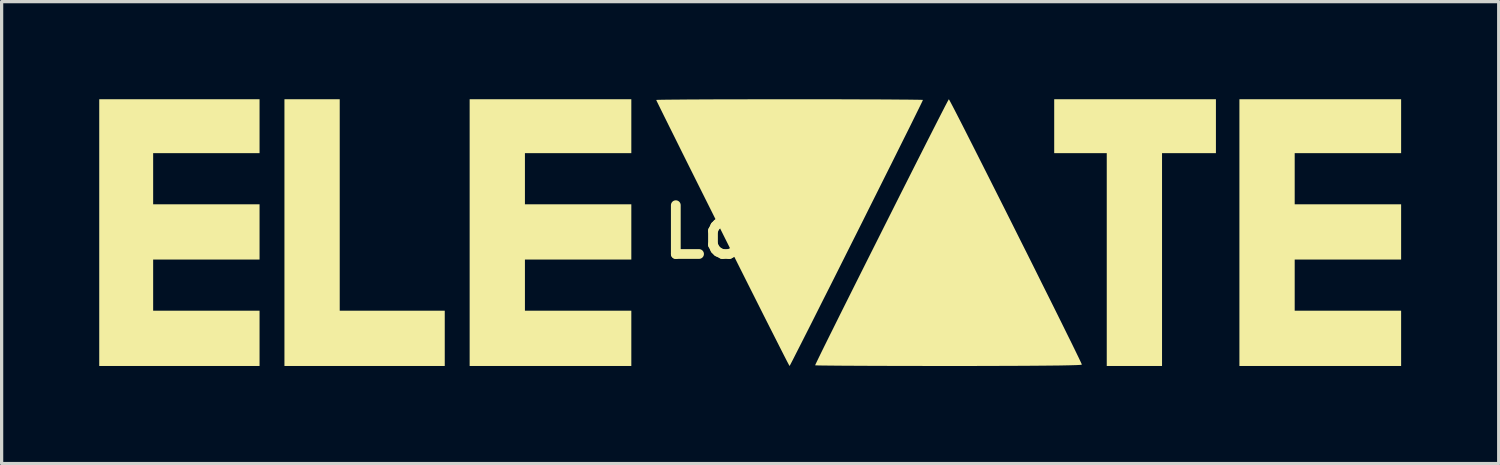
<source format=kicad_pcb>
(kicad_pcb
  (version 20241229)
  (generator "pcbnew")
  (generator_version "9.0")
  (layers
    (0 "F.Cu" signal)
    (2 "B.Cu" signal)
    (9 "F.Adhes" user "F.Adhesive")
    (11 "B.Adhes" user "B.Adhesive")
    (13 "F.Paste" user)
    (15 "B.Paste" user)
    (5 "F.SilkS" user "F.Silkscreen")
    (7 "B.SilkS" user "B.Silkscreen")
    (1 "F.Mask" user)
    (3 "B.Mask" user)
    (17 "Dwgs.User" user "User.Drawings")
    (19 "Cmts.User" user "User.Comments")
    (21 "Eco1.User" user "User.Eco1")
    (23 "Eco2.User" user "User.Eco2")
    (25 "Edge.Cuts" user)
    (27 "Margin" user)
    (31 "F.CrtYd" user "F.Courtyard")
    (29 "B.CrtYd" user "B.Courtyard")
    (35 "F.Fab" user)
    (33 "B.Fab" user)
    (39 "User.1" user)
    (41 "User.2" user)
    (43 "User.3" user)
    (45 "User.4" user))
  (footprint "Logo"
    (layer "F.Cu")
    (at 20.006 4.078)
    (property "Reference" "Logo" (at 0 0 0) (layer "F.SilkS") (effects (font (size 1.5 1.5) (thickness 0.3))))
    (attr board_only exclude_from_pos_files exclude_from_bom)
    (fp_poly (pts (xy -12.615 -0.828) (xy -12.615 2.421) (xy -11.001 2.421) (xy -9.387 2.421) (xy -9.387 3.271) (xy -9.387 4.12) (xy -11.851 4.12) (xy -14.314 4.12) (xy -14.314 0.021) (xy -14.314 -4.078) (xy -13.465 -4.078) (xy -12.615 -4.078)) (stroke (width 0) (type solid)) (fill yes) (layer "F.SilkS"))
    (fp_poly (pts (xy 14.314 -3.249) (xy 14.314 -2.421) (xy 13.486 -2.421) (xy 12.658 -2.421) (xy 12.658 0.849) (xy 12.658 4.12) (xy 11.808 4.12) (xy 10.959 4.12) (xy 10.959 0.849) (xy 10.959 -2.421) (xy 10.152 -2.421) (xy 9.344 -2.421) (xy 9.344 -3.249) (xy 9.344 -4.078) (xy 11.829 -4.078) (xy 14.314 -4.078)) (stroke (width 0) (type solid)) (fill yes) (layer "F.SilkS"))
    (fp_poly (pts (xy -15.079 -3.249) (xy -15.079 -2.421) (xy -16.714 -2.421) (xy -18.349 -2.421) (xy -18.349 -1.635) (xy -18.349 -0.849) (xy -16.714 -0.849) (xy -15.079 -0.849) (xy -15.079 0) (xy -15.079 0.849) (xy -16.714 0.849) (xy -18.349 0.849) (xy -18.349 1.635) (xy -18.349 2.421) (xy -16.714 2.421) (xy -15.079 2.421) (xy -15.079 3.271) (xy -15.079 4.12) (xy -17.542 4.12) (xy -20.006 4.12) (xy -20.006 0.021) (xy -20.006 -4.078) (xy -17.542 -4.078) (xy -15.079 -4.078)) (stroke (width 0) (type solid)) (fill yes) (layer "F.SilkS"))
    (fp_poly (pts (xy -3.653 -3.249) (xy -3.653 -2.421) (xy -5.288 -2.421) (xy -6.923 -2.421) (xy -6.923 -1.635) (xy -6.923 -0.849) (xy -5.288 -0.849) (xy -3.653 -0.849) (xy -3.653 0) (xy -3.653 0.849) (xy -5.288 0.849) (xy -6.923 0.849) (xy -6.923 1.635) (xy -6.923 2.421) (xy -5.288 2.421) (xy -3.653 2.421) (xy -3.653 3.271) (xy -3.653 4.12) (xy -6.138 4.12) (xy -8.622 4.12) (xy -8.622 0.021) (xy -8.622 -4.078) (xy -6.138 -4.078) (xy -3.653 -4.078)) (stroke (width 0) (type solid)) (fill yes) (layer "F.SilkS"))
    (fp_poly (pts (xy 20.006 -3.249) (xy 20.006 -2.421) (xy 18.37 -2.421) (xy 16.735 -2.421) (xy 16.735 -1.635) (xy 16.735 -0.849) (xy 18.37 -0.849) (xy 20.006 -0.849) (xy 20.006 0) (xy 20.006 0.849) (xy 18.37 0.849) (xy 16.735 0.849) (xy 16.735 1.635) (xy 16.735 2.421) (xy 18.37 2.421) (xy 20.006 2.421) (xy 20.006 3.271) (xy 20.006 4.12) (xy 17.521 4.12) (xy 15.036 4.12) (xy 15.036 0.021) (xy 15.036 -4.078) (xy 17.521 -4.078) (xy 20.006 -4.078)) (stroke (width 0) (type solid)) (fill yes) (layer "F.SilkS"))
    (fp_poly (pts (xy 6.128 -4.041) (xy 6.186 -3.933) (xy 6.275 -3.762) (xy 6.393 -3.533) (xy 6.537 -3.252) (xy 6.703 -2.924) (xy 6.889 -2.557) (xy 7.092 -2.155) (xy 7.309 -1.725) (xy 7.536 -1.274) (xy 7.772 -0.806) (xy 8.012 -0.328) (xy 8.253 0.154) (xy 8.494 0.634) (xy 8.73 1.106) (xy 8.958 1.565) (xy 9.177 2.003) (xy 9.382 2.415) (xy 9.571 2.796) (xy 9.74 3.139) (xy 9.888 3.437) (xy 10.009 3.686) (xy 10.103 3.879) (xy 10.165 4.01) (xy 10.193 4.073) (xy 10.194 4.078) (xy 10.152 4.086) (xy 10.025 4.093) (xy 9.814 4.099) (xy 9.521 4.105) (xy 9.144 4.109) (xy 8.686 4.113) (xy 8.146 4.116) (xy 7.526 4.118) (xy 6.825 4.12) (xy 6.095 4.12) (xy 5.513 4.12) (xy 4.956 4.119) (xy 4.429 4.118) (xy 3.938 4.117) (xy 3.489 4.115) (xy 3.088 4.113) (xy 2.741 4.111) (xy 2.453 4.108) (xy 2.23 4.106) (xy 2.078 4.103) (xy 2.004 4.1) (xy 1.996 4.099) (xy 2.015 4.055) (xy 2.069 3.943) (xy 2.155 3.766) (xy 2.27 3.532) (xy 2.411 3.247) (xy 2.576 2.916) (xy 2.76 2.545) (xy 2.962 2.141) (xy 3.178 1.709) (xy 3.405 1.256) (xy 3.64 0.787) (xy 3.881 0.308) (xy 4.123 -0.174) (xy 4.365 -0.655) (xy 4.602 -1.127) (xy 4.833 -1.584) (xy 5.054 -2.022) (xy 5.262 -2.433) (xy 5.454 -2.812) (xy 5.627 -3.152) (xy 5.778 -3.449) (xy 5.904 -3.695) (xy 6.002 -3.886) (xy 6.07 -4.014) (xy 6.103 -4.074) (xy 6.106 -4.078)) (stroke (width 0) (type solid)) (fill yes) (layer "F.SilkS"))
    (fp_poly (pts (xy 1.793 -4.077) (xy 2.35 -4.077) (xy 2.877 -4.076) (xy 3.368 -4.074) (xy 3.817 -4.073) (xy 4.218 -4.071) (xy 4.565 -4.068) (xy 4.853 -4.066) (xy 5.075 -4.063) (xy 5.227 -4.061) (xy 5.302 -4.058) (xy 5.309 -4.056) (xy 5.291 -4.015) (xy 5.237 -3.903) (xy 5.151 -3.728) (xy 5.036 -3.495) (xy 4.896 -3.211) (xy 4.731 -2.881) (xy 4.547 -2.511) (xy 4.346 -2.107) (xy 4.13 -1.676) (xy 3.904 -1.223) (xy 3.669 -0.754) (xy 3.43 -0.275) (xy 3.188 0.207) (xy 2.947 0.687) (xy 2.71 1.16) (xy 2.48 1.618) (xy 2.259 2.055) (xy 2.052 2.467) (xy 1.861 2.847) (xy 1.688 3.188) (xy 1.537 3.486) (xy 1.411 3.733) (xy 1.314 3.925) (xy 1.247 4.054) (xy 1.214 4.116) (xy 1.211 4.12) (xy 1.189 4.083) (xy 1.132 3.975) (xy 1.042 3.8) (xy 0.922 3.564) (xy 0.774 3.272) (xy 0.6 2.929) (xy 0.403 2.539) (xy 0.186 2.107) (xy -0.05 1.638) (xy -0.301 1.138) (xy -0.565 0.611) (xy -0.84 0.062) (xy -0.849 0.043) (xy -1.124 -0.508) (xy -1.388 -1.036) (xy -1.639 -1.538) (xy -1.874 -2.009) (xy -2.091 -2.444) (xy -2.286 -2.838) (xy -2.459 -3.185) (xy -2.606 -3.481) (xy -2.725 -3.721) (xy -2.813 -3.9) (xy -2.869 -4.014) (xy -2.888 -4.056) (xy -2.888 -4.056) (xy -2.847 -4.059) (xy -2.726 -4.062) (xy -2.532 -4.065) (xy -2.27 -4.067) (xy -1.947 -4.07) (xy -1.568 -4.072) (xy -1.138 -4.074) (xy -0.664 -4.075) (xy -0.151 -4.076) (xy 0.394 -4.077) (xy 0.967 -4.078) (xy 1.211 -4.078)) (stroke (width 0) (type solid)) (fill yes) (layer "F.SilkS")))
  (gr_rect
    (start -3 -3)
    (end 43.011 11.198)
    (stroke (width 0.1) (type default))
    (fill no)
    (layer "Edge.Cuts")))
</source>
